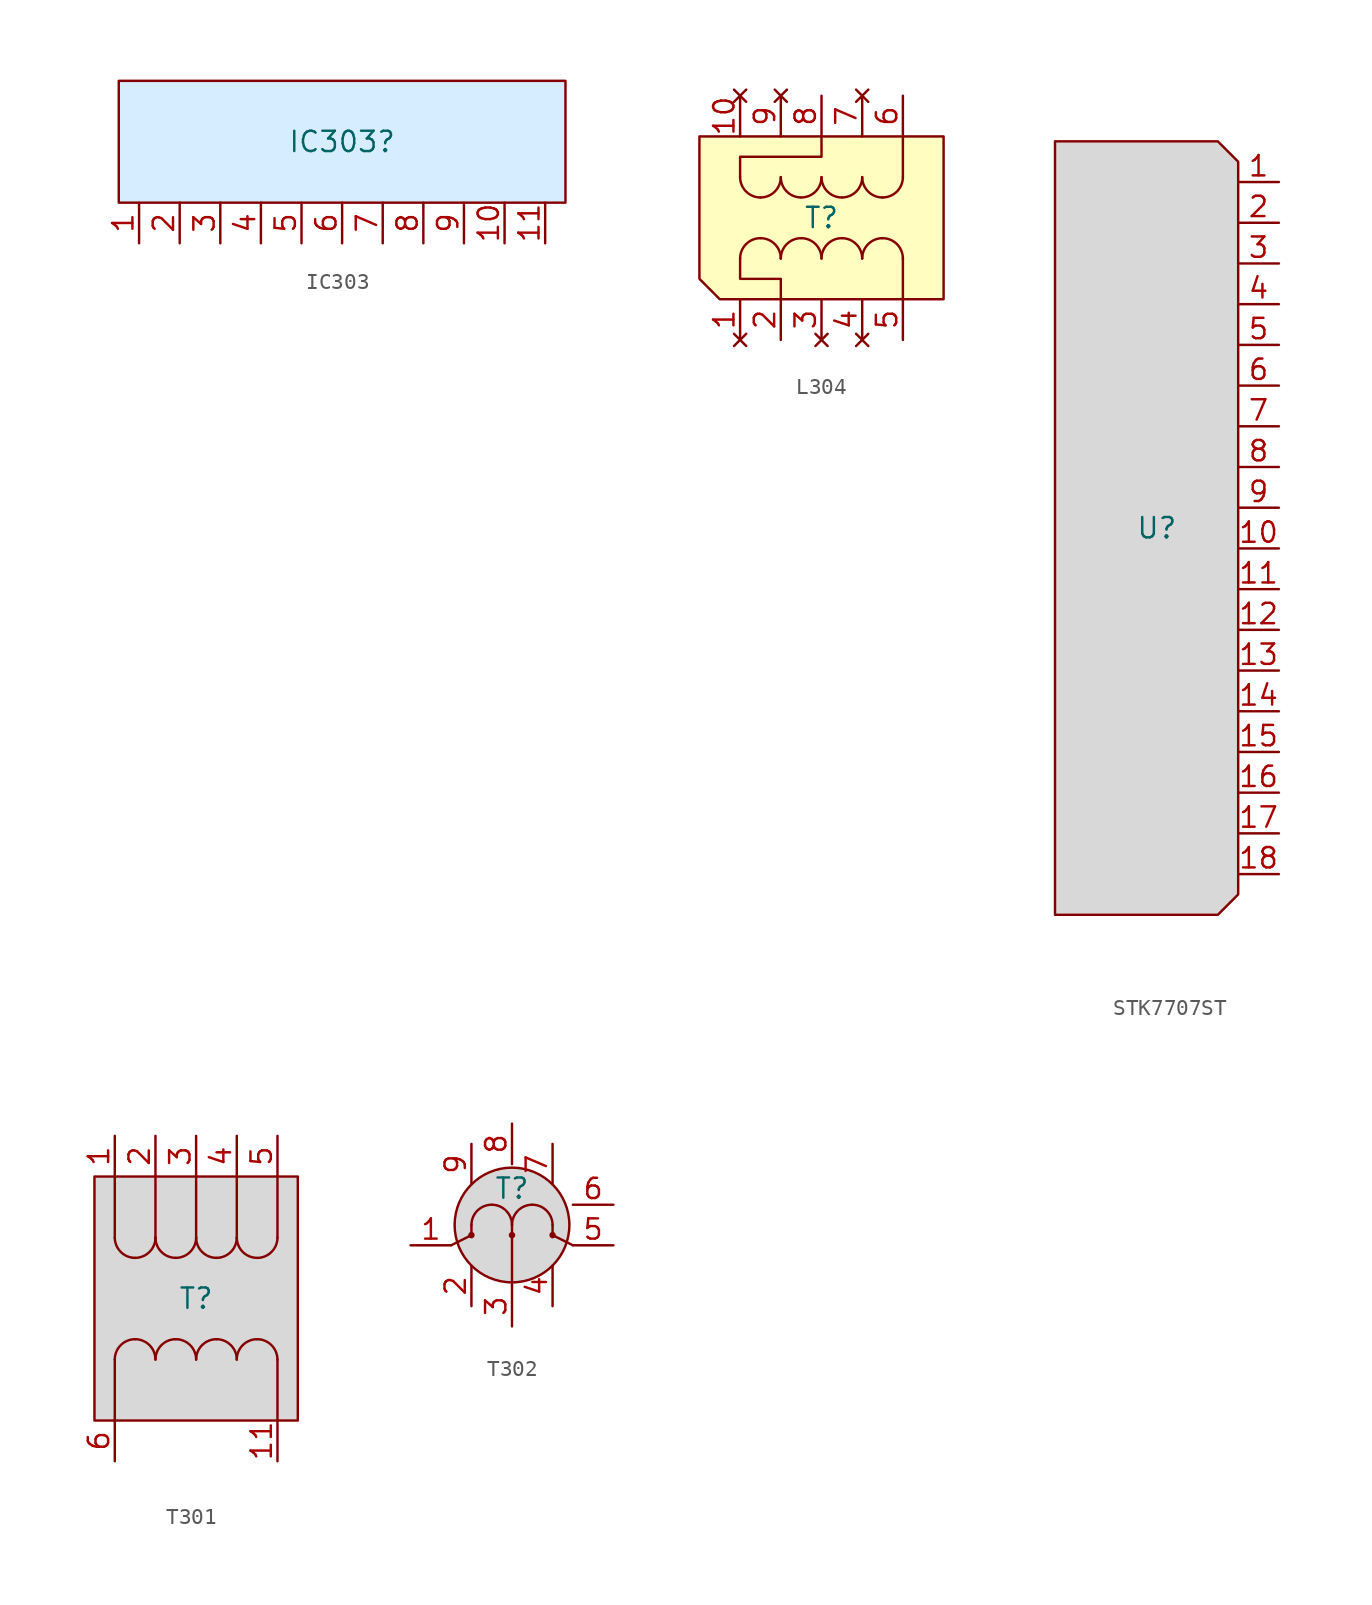
<source format=kicad_sym>
(kicad_symbol_lib
  (version 20241209)
  (generator "kicad_symbol_editor")
  (generator_version "9.0")
  (symbol "IC303"
    (property "Reference" "IC303"
      (at 0 0 0)
      (effects (font (size 1.27 1.27))))
    (property "Value" ""
      (at 0 0 0)
      (effects (font (size 1.27 1.27))))
    (symbol "IC303_0_1"
      (rectangle (start -13.97 3.81) (end 13.97 -3.81) (stroke (width 0) (type default)) (fill (type color) (color 93 184 255 0.25))))
    (symbol "IC303_1_1"
      (pin unspecified line (at -12.7 -6.35 90) (length 2.54) (name "" (effects (font (size 1.27 1.27)))) (number "1" (effects (font (size 1.27 1.27)))))
      (pin unspecified line (at -10.16 -6.35 90) (length 2.54) (name "" (effects (font (size 1.27 1.27)))) (number "2" (effects (font (size 1.27 1.27)))))
      (pin unspecified line (at -7.62 -6.35 90) (length 2.54) (name "" (effects (font (size 1.27 1.27)))) (number "3" (effects (font (size 1.27 1.27)))))
      (pin unspecified line (at -5.08 -6.35 90) (length 2.54) (name "" (effects (font (size 1.27 1.27)))) (number "4" (effects (font (size 1.27 1.27)))))
      (pin unspecified line (at -2.54 -6.35 90) (length 2.54) (name "" (effects (font (size 1.27 1.27)))) (number "5" (effects (font (size 1.27 1.27)))))
      (pin unspecified line (at 0 -6.35 90) (length 2.54) (name "" (effects (font (size 1.27 1.27)))) (number "6" (effects (font (size 1.27 1.27)))))
      (pin unspecified line (at 2.54 -6.35 90) (length 2.54) (name "" (effects (font (size 1.27 1.27)))) (number "7" (effects (font (size 1.27 1.27)))))
      (pin unspecified line (at 5.08 -6.35 90) (length 2.54) (name "" (effects (font (size 1.27 1.27)))) (number "8" (effects (font (size 1.27 1.27)))))
      (pin unspecified line (at 7.62 -6.35 90) (length 2.54) (name "" (effects (font (size 1.27 1.27)))) (number "9" (effects (font (size 1.27 1.27)))))
      (pin unspecified line (at 10.16 -6.35 90) (length 2.54) (name "" (effects (font (size 1.27 1.27)))) (number "10" (effects (font (size 1.27 1.27)))))
      (pin unspecified line (at 12.7 -6.35 90) (length 2.54) (name "" (effects (font (size 1.27 1.27)))) (number "11" (effects (font (size 1.27 1.27)))))))
  (symbol "L304"
    (property "Reference" "T"
      (at 0 0 0)
      (effects (font (size 1.27 1.27))))
    (property "Value" ""
      (at 0 0 0)
      (effects (font (size 1.27 1.27))))
    (symbol "L304_0_1"
      (polyline (pts (xy -6.35 -5.08) (xy -7.62 -3.81) (xy -7.62 5.08) (xy 7.62 5.08) (xy 7.62 -5.08) (xy -6.35 -5.08)) (stroke (width 0) (type default)) (fill (type color) (color 255 250 0 0.25)))
      (polyline (pts (xy -5.08 2.54) (xy -5.08 3.81) (xy 0 3.81) (xy 0 5.08)) (stroke (width 0) (type default)) (fill (type none)))
      (polyline (pts (xy -5.08 -2.54) (xy -5.08 -3.81) (xy -2.54 -3.81) (xy -2.54 -5.08)) (stroke (width 0) (type default)) (fill (type none)))
      (arc (start -2.54 2.54) (mid -2.912 1.642) (end -3.81 1.27) (stroke (width 0) (type default)) (fill (type none)))
      (arc (start -3.81 -1.27) (mid -2.912 -1.642) (end -2.54 -2.54) (stroke (width 0) (type default)) (fill (type none)))
      (arc (start -3.81 1.27) (mid -4.708 1.642) (end -5.08 2.54) (stroke (width 0) (type default)) (fill (type none)))
      (arc (start -5.08 -2.54) (mid -4.708 -1.642) (end -3.81 -1.27) (stroke (width 0) (type default)) (fill (type none)))
      (arc (start 0 2.54) (mid -0.372 1.642) (end -1.27 1.27) (stroke (width 0) (type default)) (fill (type none)))
      (arc (start -1.27 -1.27) (mid -0.372 -1.642) (end 0 -2.54) (stroke (width 0) (type default)) (fill (type none)))
      (arc (start -1.27 1.27) (mid -2.168 1.642) (end -2.54 2.54) (stroke (width 0) (type default)) (fill (type none)))
      (arc (start -2.54 -2.54) (mid -2.168 -1.642) (end -1.27 -1.27) (stroke (width 0) (type default)) (fill (type none)))
      (arc (start 1.27 1.27) (mid 0.372 1.642) (end 0 2.54) (stroke (width 0) (type default)) (fill (type none)))
      (arc (start 2.54 2.54) (mid 2.168 1.642) (end 1.27 1.27) (stroke (width 0) (type default)) (fill (type none)))
      (arc (start 0 -2.54) (mid 0.372 -1.642) (end 1.27 -1.27) (stroke (width 0) (type default)) (fill (type none)))
      (arc (start 1.27 -1.27) (mid 2.168 -1.642) (end 2.54 -2.54) (stroke (width 0) (type default)) (fill (type none)))
      (arc (start 3.81 1.27) (mid 2.912 1.642) (end 2.54 2.54) (stroke (width 0) (type default)) (fill (type none)))
      (arc (start 5.08 2.54) (mid 4.708 1.642) (end 3.81 1.27) (stroke (width 0) (type default)) (fill (type none)))
      (arc (start 2.54 -2.54) (mid 2.912 -1.642) (end 3.81 -1.27) (stroke (width 0) (type default)) (fill (type none)))
      (arc (start 3.81 -1.27) (mid 4.708 -1.642) (end 5.08 -2.54) (stroke (width 0) (type default)) (fill (type none)))
      (polyline (pts (xy 5.08 2.54) (xy 5.08 5.08)) (stroke (width 0) (type default)) (fill (type none)))
      (polyline (pts (xy 5.08 -2.54) (xy 5.08 -5.08)) (stroke (width 0) (type default)) (fill (type none))))
    (symbol "L304_1_1"
      (pin no_connect line (at -5.08 7.62 270) (length 2.54) (name "" (effects (font (size 1.27 1.27)))) (number "10" (effects (font (size 1.27 1.27)))))
      (pin no_connect line (at -5.08 -7.62 90) (length 2.54) (name "" (effects (font (size 1.27 1.27)))) (number "1" (effects (font (size 1.27 1.27)))))
      (pin no_connect line (at -2.54 7.62 270) (length 2.54) (name "" (effects (font (size 1.27 1.27)))) (number "9" (effects (font (size 1.27 1.27)))))
      (pin unspecified line (at -2.54 -7.62 90) (length 2.54) (name "" (effects (font (size 1.27 1.27)))) (number "2" (effects (font (size 1.27 1.27)))))
      (pin unspecified line (at 0 7.62 270) (length 2.54) (name "" (effects (font (size 1.27 1.27)))) (number "8" (effects (font (size 1.27 1.27)))))
      (pin no_connect line (at 0 -7.62 90) (length 2.54) (name "" (effects (font (size 1.27 1.27)))) (number "3" (effects (font (size 1.27 1.27)))))
      (pin no_connect line (at 2.54 7.62 270) (length 2.54) (name "" (effects (font (size 1.27 1.27)))) (number "7" (effects (font (size 1.27 1.27)))))
      (pin no_connect line (at 2.54 -7.62 90) (length 2.54) (name "" (effects (font (size 1.27 1.27)))) (number "4" (effects (font (size 1.27 1.27)))))
      (pin unspecified line (at 5.08 7.62 270) (length 2.54) (name "" (effects (font (size 1.27 1.27)))) (number "6" (effects (font (size 1.27 1.27)))))
      (pin unspecified line (at 5.08 -7.62 90) (length 2.54) (name "" (effects (font (size 1.27 1.27)))) (number "5" (effects (font (size 1.27 1.27)))))))
  (symbol "STK7707ST"
    (property "Reference" "U"
      (at 0 0 0)
      (effects (font (size 1.27 1.27))))
    (property "Value" ""
      (at 0 0 0)
      (effects (font (size 1.27 1.27))))
    (symbol "STK7707ST_0_1"
      (polyline (pts (xy 5.08 22.86) (xy 3.81 24.13) (xy -6.35 24.13) (xy -6.35 -24.13) (xy 3.81 -24.13) (xy 5.08 -22.86) (xy 5.08 22.86)) (stroke (width 0) (type default)) (fill (type color) (color 102 102 102 0.25))))
    (symbol "STK7707ST_1_1"
      (pin unspecified line (at 7.62 21.59 180) (length 2.54) (name "" (effects (font (size 1.27 1.27)))) (number "1" (effects (font (size 1.27 1.27)))))
      (pin unspecified line (at 7.62 19.05 180) (length 2.54) (name "" (effects (font (size 1.27 1.27)))) (number "2" (effects (font (size 1.27 1.27)))))
      (pin unspecified line (at 7.62 16.51 180) (length 2.54) (name "" (effects (font (size 1.27 1.27)))) (number "3" (effects (font (size 1.27 1.27)))))
      (pin unspecified line (at 7.62 13.97 180) (length 2.54) (name "" (effects (font (size 1.27 1.27)))) (number "4" (effects (font (size 1.27 1.27)))))
      (pin unspecified line (at 7.62 11.43 180) (length 2.54) (name "" (effects (font (size 1.27 1.27)))) (number "5" (effects (font (size 1.27 1.27)))))
      (pin unspecified line (at 7.62 8.89 180) (length 2.54) (name "" (effects (font (size 1.27 1.27)))) (number "6" (effects (font (size 1.27 1.27)))))
      (pin unspecified line (at 7.62 6.35 180) (length 2.54) (name "" (effects (font (size 1.27 1.27)))) (number "7" (effects (font (size 1.27 1.27)))))
      (pin unspecified line (at 7.62 3.81 180) (length 2.54) (name "" (effects (font (size 1.27 1.27)))) (number "8" (effects (font (size 1.27 1.27)))))
      (pin unspecified line (at 7.62 1.27 180) (length 2.54) (name "" (effects (font (size 1.27 1.27)))) (number "9" (effects (font (size 1.27 1.27)))))
      (pin unspecified line (at 7.62 -1.27 180) (length 2.54) (name "" (effects (font (size 1.27 1.27)))) (number "10" (effects (font (size 1.27 1.27)))))
      (pin unspecified line (at 7.62 -3.81 180) (length 2.54) (name "" (effects (font (size 1.27 1.27)))) (number "11" (effects (font (size 1.27 1.27)))))
      (pin unspecified line (at 7.62 -6.35 180) (length 2.54) (name "" (effects (font (size 1.27 1.27)))) (number "12" (effects (font (size 1.27 1.27)))))
      (pin unspecified line (at 7.62 -8.89 180) (length 2.54) (name "" (effects (font (size 1.27 1.27)))) (number "13" (effects (font (size 1.27 1.27)))))
      (pin unspecified line (at 7.62 -11.43 180) (length 2.54) (name "" (effects (font (size 1.27 1.27)))) (number "14" (effects (font (size 1.27 1.27)))))
      (pin unspecified line (at 7.62 -13.97 180) (length 2.54) (name "" (effects (font (size 1.27 1.27)))) (number "15" (effects (font (size 1.27 1.27)))))
      (pin unspecified line (at 7.62 -16.51 180) (length 2.54) (name "" (effects (font (size 1.27 1.27)))) (number "16" (effects (font (size 1.27 1.27)))))
      (pin unspecified line (at 7.62 -19.05 180) (length 2.54) (name "" (effects (font (size 1.27 1.27)))) (number "17" (effects (font (size 1.27 1.27)))))
      (pin unspecified line (at 7.62 -21.59 180) (length 2.54) (name "" (effects (font (size 1.27 1.27)))) (number "18" (effects (font (size 1.27 1.27)))))))
  (symbol "T301"
    (property "Reference" "T"
      (at 0 0 0)
      (effects (font (size 1.27 1.27))))
    (property "Value" ""
      (at 0 0 0)
      (effects (font (size 1.27 1.27))))
    (symbol "T301_0_1"
      (rectangle (start -6.35 7.62) (end 6.35 -7.62) (stroke (width 0) (type default)) (fill (type color) (color 102 102 102 0.25)))
      (polyline (pts (xy -5.08 7.62) (xy -5.08 3.81)) (stroke (width 0) (type default)) (fill (type none)))
      (polyline (pts (xy -5.08 -7.62) (xy -5.08 -3.81)) (stroke (width 0) (type default)) (fill (type none)))
      (arc (start -2.54 3.81) (mid -2.912 2.912) (end -3.81 2.54) (stroke (width 0) (type default)) (fill (type none)))
      (arc (start -3.81 -2.54) (mid -2.912 -2.912) (end -2.54 -3.81) (stroke (width 0) (type default)) (fill (type none)))
      (arc (start -3.81 2.54) (mid -4.708 2.912) (end -5.08 3.81) (stroke (width 0) (type default)) (fill (type none)))
      (arc (start -5.08 -3.81) (mid -4.708 -2.912) (end -3.81 -2.54) (stroke (width 0) (type default)) (fill (type none)))
      (polyline (pts (xy -2.54 7.62) (xy -2.54 3.81)) (stroke (width 0) (type default)) (fill (type none)))
      (arc (start 0 3.81) (mid -0.372 2.912) (end -1.27 2.54) (stroke (width 0) (type default)) (fill (type none)))
      (arc (start -1.27 -2.54) (mid -0.372 -2.912) (end 0 -3.81) (stroke (width 0) (type default)) (fill (type none)))
      (arc (start -1.27 2.54) (mid -2.168 2.912) (end -2.54 3.81) (stroke (width 0) (type default)) (fill (type none)))
      (arc (start -2.54 -3.81) (mid -2.168 -2.912) (end -1.27 -2.54) (stroke (width 0) (type default)) (fill (type none)))
      (polyline (pts (xy 0 7.62) (xy 0 3.81)) (stroke (width 0) (type default)) (fill (type none)))
      (arc (start 1.27 2.54) (mid 0.372 2.912) (end 0 3.81) (stroke (width 0) (type default)) (fill (type none)))
      (arc (start 2.54 3.81) (mid 2.168 2.912) (end 1.27 2.54) (stroke (width 0) (type default)) (fill (type none)))
      (arc (start 0 -3.81) (mid 0.372 -2.912) (end 1.27 -2.54) (stroke (width 0) (type default)) (fill (type none)))
      (arc (start 1.27 -2.54) (mid 2.168 -2.912) (end 2.54 -3.81) (stroke (width 0) (type default)) (fill (type none)))
      (polyline (pts (xy 2.54 7.62) (xy 2.54 3.81)) (stroke (width 0) (type default)) (fill (type none)))
      (arc (start 3.81 2.54) (mid 2.912 2.912) (end 2.54 3.81) (stroke (width 0) (type default)) (fill (type none)))
      (arc (start 5.08 3.81) (mid 4.708 2.912) (end 3.81 2.54) (stroke (width 0) (type default)) (fill (type none)))
      (arc (start 2.54 -3.81) (mid 2.912 -2.912) (end 3.81 -2.54) (stroke (width 0) (type default)) (fill (type none)))
      (arc (start 3.81 -2.54) (mid 4.708 -2.912) (end 5.08 -3.81) (stroke (width 0) (type default)) (fill (type none)))
      (polyline (pts (xy 5.08 7.62) (xy 5.08 3.81)) (stroke (width 0) (type default)) (fill (type none)))
      (polyline (pts (xy 5.08 -3.81) (xy 5.08 -7.62)) (stroke (width 0) (type default)) (fill (type none))))
    (symbol "T301_1_1"
      (pin unspecified line (at -5.08 10.16 270) (length 2.54) (name "" (effects (font (size 1.27 1.27)))) (number "1" (effects (font (size 1.27 1.27)))))
      (pin unspecified line (at -5.08 -10.16 90) (length 2.54) (name "" (effects (font (size 1.27 1.27)))) (number "6" (effects (font (size 1.27 1.27)))))
      (pin unspecified line (at -2.54 10.16 270) (length 2.54) (name "" (effects (font (size 1.27 1.27)))) (number "2" (effects (font (size 1.27 1.27)))))
      (pin unspecified line (at 0 10.16 270) (length 2.54) (name "" (effects (font (size 1.27 1.27)))) (number "3" (effects (font (size 1.27 1.27)))))
      (pin unspecified line (at 2.54 10.16 270) (length 2.54) (name "" (effects (font (size 1.27 1.27)))) (number "4" (effects (font (size 1.27 1.27)))))
      (pin unspecified line (at 5.08 10.16 270) (length 2.54) (name "" (effects (font (size 1.27 1.27)))) (number "5" (effects (font (size 1.27 1.27)))))
      (pin unspecified line (at 5.08 -10.16 90) (length 2.54) (name "" (effects (font (size 1.27 1.27)))) (number "11" (effects (font (size 1.27 1.27)))))))
  (symbol "T302"
    (property "Reference" "T"
      (at 0 2.286 0)
      (effects (font (size 1.27 1.27))))
    (property "Value" ""
      (at 0 0 0)
      (effects (font (size 1.27 1.27))))
    (symbol "T302_0_1"
      (polyline (pts (xy -3.81 -1.27) (xy -2.54 -0.635)) (stroke (width 0) (type default)) (fill (type none)))
      (polyline (pts (xy -2.54 0) (xy -2.54 -0.635)) (stroke (width 0) (type default)) (fill (type none)))
      (circle (center -2.54 -0.635) (radius 0.127) (stroke (width 0) (type default)) (fill (type outline)))
      (arc (start -1.27 1.27) (mid -0.372 0.898) (end 0 0) (stroke (width 0) (type default)) (fill (type none)))
      (arc (start -2.54 0) (mid -2.168 0.898) (end -1.27 1.27) (stroke (width 0) (type default)) (fill (type none)))
      (polyline (pts (xy 0 0) (xy 0 -3.81)) (stroke (width 0) (type default)) (fill (type none)))
      (circle (center 0 0) (radius 3.592) (stroke (width 0) (type default)) (fill (type color) (color 102 102 102 0.251)))
      (circle (center 0 -0.635) (radius 0.127) (stroke (width 0) (type default)) (fill (type outline)))
      (arc (start 0 0) (mid 0.372 0.898) (end 1.27 1.27) (stroke (width 0) (type default)) (fill (type none)))
      (arc (start 1.27 1.27) (mid 2.168 0.898) (end 2.54 0) (stroke (width 0) (type default)) (fill (type none)))
      (polyline (pts (xy 2.54 0) (xy 2.54 -0.635)) (stroke (width 0) (type default)) (fill (type none)))
      (polyline (pts (xy 2.54 -0.635) (xy 3.81 -1.27)) (stroke (width 0) (type default)) (fill (type none)))
      (circle (center 2.54 -0.635) (radius 0.127) (stroke (width 0) (type default)) (fill (type outline))))
    (symbol "T302_1_1"
      (pin unspecified line (at -6.35 -1.27 0) (length 2.54) (name "" (effects (font (size 1.27 1.27)))) (number "1" (effects (font (size 1.27 1.27)))))
      (pin unspecified line (at -2.54 5.08 270) (length 2.54) (name "" (effects (font (size 1.27 1.27)))) (number "9" (effects (font (size 1.27 1.27)))))
      (pin unspecified line (at -2.54 -5.08 90) (length 2.54) (name "" (effects (font (size 1.27 1.27)))) (number "2" (effects (font (size 1.27 1.27)))))
      (pin unspecified line (at 0 6.35 270) (length 2.54) (name "" (effects (font (size 1.27 1.27)))) (number "8" (effects (font (size 1.27 1.27)))))
      (pin unspecified line (at 0 -6.35 90) (length 2.54) (name "" (effects (font (size 1.27 1.27)))) (number "3" (effects (font (size 1.27 1.27)))))
      (pin unspecified line (at 2.54 5.08 270) (length 2.54) (name "" (effects (font (size 1.27 1.27)))) (number "7" (effects (font (size 1.27 1.27)))))
      (pin unspecified line (at 2.54 -5.08 90) (length 2.54) (name "" (effects (font (size 1.27 1.27)))) (number "4" (effects (font (size 1.27 1.27)))))
      (pin unspecified line (at 6.35 1.27 180) (length 2.54) (name "" (effects (font (size 1.27 1.27)))) (number "6" (effects (font (size 1.27 1.27)))))
      (pin unspecified line (at 6.35 -1.27 180) (length 2.54) (name "" (effects (font (size 1.27 1.27)))) (number "5" (effects (font (size 1.27 1.27))))))))
</source>
